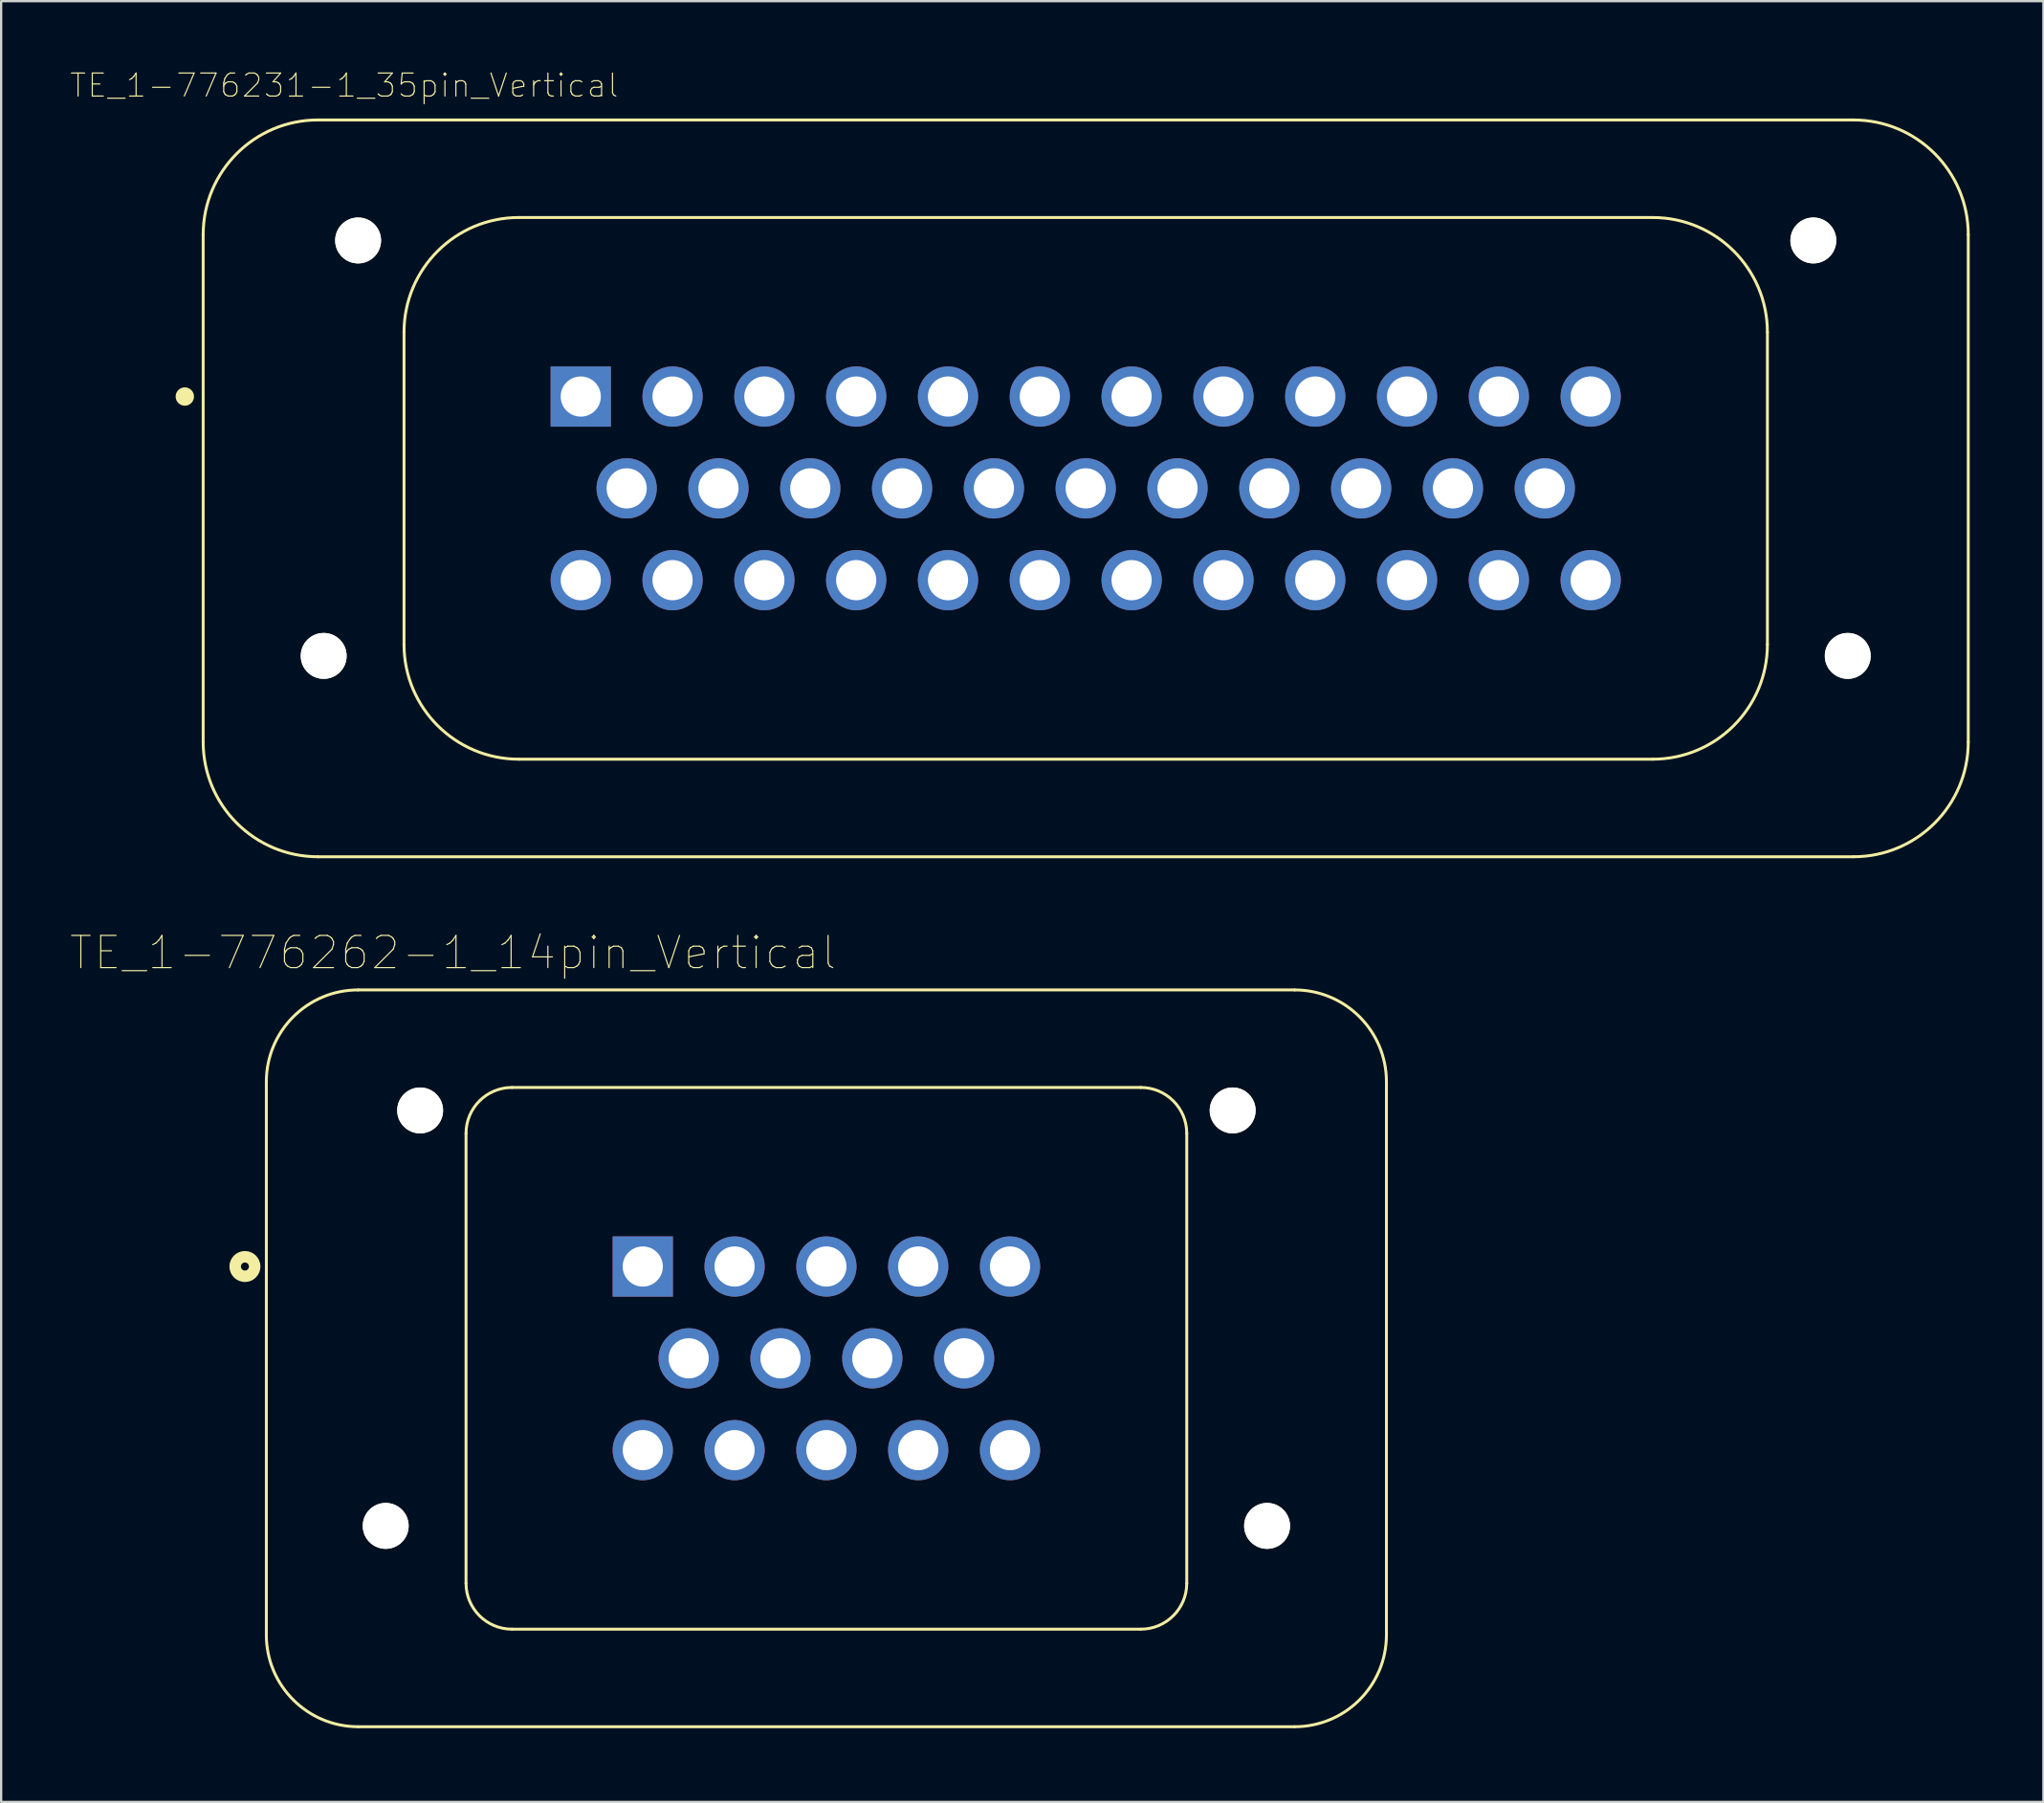
<source format=kicad_pcb>
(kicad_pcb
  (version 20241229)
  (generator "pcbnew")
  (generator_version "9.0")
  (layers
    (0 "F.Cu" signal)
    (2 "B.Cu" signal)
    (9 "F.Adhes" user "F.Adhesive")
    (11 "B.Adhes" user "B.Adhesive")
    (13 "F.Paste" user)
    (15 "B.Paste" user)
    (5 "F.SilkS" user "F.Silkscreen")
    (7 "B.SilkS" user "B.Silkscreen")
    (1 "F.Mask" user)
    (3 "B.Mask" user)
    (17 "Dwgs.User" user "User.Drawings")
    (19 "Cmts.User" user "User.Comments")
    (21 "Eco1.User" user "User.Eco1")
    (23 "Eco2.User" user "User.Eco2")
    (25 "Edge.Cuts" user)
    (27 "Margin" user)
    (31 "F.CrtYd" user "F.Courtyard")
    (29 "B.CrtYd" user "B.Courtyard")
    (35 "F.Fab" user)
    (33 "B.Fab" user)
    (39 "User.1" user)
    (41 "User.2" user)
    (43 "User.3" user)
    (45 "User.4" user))
  (footprint "TE_1-776262-1_14pin_Vertical"
    (layer "F.Cu")
    (at 32.954 56.128)
    (property "Reference" "TE_1-776262-1_14pin_Vertical" (at -16.271 -17.669 0) (layer "F.SilkS") (effects (font (size 1.401 1.401) (thickness 0.05))))
    (attr through_hole)
    (fp_line (start -24.4 12.05) (end -24.4 -12.05) (stroke (width 0.127) (type solid)) (layer "F.SilkS"))
    (fp_line (start -20.4 -16.05) (end 20.4 -16.05) (stroke (width 0.127) (type solid)) (layer "F.SilkS"))
    (fp_line (start -15.7 9.8) (end -15.7 -9.8) (stroke (width 0.127) (type solid)) (layer "F.SilkS"))
    (fp_line (start -13.7 -11.8) (end 13.7 -11.8) (stroke (width 0.127) (type solid)) (layer "F.SilkS"))
    (fp_line (start 13.7 11.8) (end -13.7 11.8) (stroke (width 0.127) (type solid)) (layer "F.SilkS"))
    (fp_line (start 15.7 -9.8) (end 15.7 9.8) (stroke (width 0.127) (type solid)) (layer "F.SilkS"))
    (fp_line (start 20.4 16.05) (end -20.4 16.05) (stroke (width 0.127) (type solid)) (layer "F.SilkS"))
    (fp_line (start 24.4 -12.05) (end 24.4 12.05) (stroke (width 0.127) (type solid)) (layer "F.SilkS"))
    (fp_arc (start -24.4 -12.05) (mid -23.228427 -14.878427) (end -20.4 -16.05) (stroke (width 0.127) (type solid)) (layer "F.SilkS"))
    (fp_arc (start -20.4 16.05) (mid -23.228427 14.878427) (end -24.4 12.05) (stroke (width 0.127) (type solid)) (layer "F.SilkS"))
    (fp_arc (start -15.7 -9.8) (mid -15.114214 -11.214214) (end -13.7 -11.8) (stroke (width 0.127) (type solid)) (layer "F.SilkS"))
    (fp_arc (start -13.7 11.8) (mid -15.114214 11.214214) (end -15.7 9.8) (stroke (width 0.127) (type solid)) (layer "F.SilkS"))
    (fp_arc (start 13.7 -11.8) (mid 15.114214 -11.214214) (end 15.7 -9.8) (stroke (width 0.127) (type solid)) (layer "F.SilkS"))
    (fp_arc (start 15.7 9.8) (mid 15.114214 11.214214) (end 13.7 11.8) (stroke (width 0.127) (type solid)) (layer "F.SilkS"))
    (fp_arc (start 20.4 -16.05) (mid 23.228427 -14.878427) (end 24.4 -12.05) (stroke (width 0.127) (type solid)) (layer "F.SilkS"))
    (fp_arc (start 24.4 12.05) (mid 23.228427 14.878427) (end 20.4 16.05) (stroke (width 0.127) (type solid)) (layer "F.SilkS"))
    (fp_circle (center -25.333 -4) (end -25.158 -4) (stroke (width 0.5) (type solid)) (fill no) (layer "F.SilkS"))
    (fp_line (start -24.65 12.3) (end -24.65 -12.3) (stroke (width 0.05) (type solid)) (layer "Eco1.User"))
    (fp_line (start -20.65 -16.3) (end 20.65 -16.3) (stroke (width 0.05) (type solid)) (layer "Eco1.User"))
    (fp_line (start 20.65 16.3) (end -20.65 16.3) (stroke (width 0.05) (type solid)) (layer "Eco1.User"))
    (fp_line (start 24.65 -12.3) (end 24.65 12.3) (stroke (width 0.05) (type solid)) (layer "Eco1.User"))
    (fp_arc (start -24.65 -12.3) (mid -23.478427 -15.128427) (end -20.65 -16.3) (stroke (width 0.05) (type solid)) (layer "Eco1.User"))
    (fp_arc (start -20.65 16.3) (mid -23.478427 15.128427) (end -24.65 12.3) (stroke (width 0.05) (type solid)) (layer "Eco1.User"))
    (fp_arc (start 20.65 -16.3) (mid 23.478427 -15.128427) (end 24.65 -12.3) (stroke (width 0.05) (type solid)) (layer "Eco1.User"))
    (fp_arc (start 24.65 12.3) (mid 23.478427 15.128427) (end 20.65 16.3) (stroke (width 0.05) (type solid)) (layer "Eco1.User"))
    (fp_line (start -24.4 12.05) (end -24.4 -12.05) (stroke (width 0.127) (type solid)) (layer "Eco2.User"))
    (fp_line (start -20.4 -16.05) (end 20.4 -16.05) (stroke (width 0.127) (type solid)) (layer "Eco2.User"))
    (fp_line (start -15.7 9.8) (end -15.7 -9.8) (stroke (width 0.127) (type solid)) (layer "Eco2.User"))
    (fp_line (start -13.7 -11.8) (end 13.7 -11.8) (stroke (width 0.127) (type solid)) (layer "Eco2.User"))
    (fp_line (start 13.7 11.8) (end -13.7 11.8) (stroke (width 0.127) (type solid)) (layer "Eco2.User"))
    (fp_line (start 15.7 -9.8) (end 15.7 9.8) (stroke (width 0.127) (type solid)) (layer "Eco2.User"))
    (fp_line (start 20.4 16.05) (end -20.4 16.05) (stroke (width 0.127) (type solid)) (layer "Eco2.User"))
    (fp_line (start 24.4 -12.05) (end 24.4 12.05) (stroke (width 0.127) (type solid)) (layer "Eco2.User"))
    (fp_arc (start -24.4 -12.05) (mid -23.228427 -14.878427) (end -20.4 -16.05) (stroke (width 0.127) (type solid)) (layer "Eco2.User"))
    (fp_arc (start -20.4 16.05) (mid -23.228427 14.878427) (end -24.4 12.05) (stroke (width 0.127) (type solid)) (layer "Eco2.User"))
    (fp_arc (start -15.7 -9.8) (mid -15.114214 -11.214214) (end -13.7 -11.8) (stroke (width 0.127) (type solid)) (layer "Eco2.User"))
    (fp_arc (start -13.7 11.8) (mid -15.114214 11.214214) (end -15.7 9.8) (stroke (width 0.127) (type solid)) (layer "Eco2.User"))
    (fp_arc (start 13.7 -11.8) (mid 15.114214 -11.214214) (end 15.7 -9.8) (stroke (width 0.127) (type solid)) (layer "Eco2.User"))
    (fp_arc (start 15.7 9.8) (mid 15.114214 11.214214) (end 13.7 11.8) (stroke (width 0.127) (type solid)) (layer "Eco2.User"))
    (fp_arc (start 20.4 -16.05) (mid 23.228427 -14.878427) (end 24.4 -12.05) (stroke (width 0.127) (type solid)) (layer "Eco2.User"))
    (fp_arc (start 24.4 12.05) (mid 23.228427 14.878427) (end 20.4 16.05) (stroke (width 0.127) (type solid)) (layer "Eco2.User"))
    (pad "" np_thru_hole circle (at -19.2 7.3) (size 2 2) (drill 2) (layers "*.Cu" "*.Mask" "F.SilkS"))
    (pad "" np_thru_hole circle (at -17.7 -10.8) (size 2 2) (drill 2) (layers "*.Cu" "*.Mask" "F.SilkS"))
    (pad "" np_thru_hole circle (at 17.7 -10.8) (size 2 2) (drill 2) (layers "*.Cu" "*.Mask" "F.SilkS"))
    (pad "" np_thru_hole circle (at 19.2 7.3) (size 2 2) (drill 2) (layers "*.Cu" "*.Mask" "F.SilkS"))
    (pad "1" thru_hole rect (at -8 -4) (size 2.625 2.625) (drill 1.75) (layers "*.Cu" "*.Mask"))
    (pad "2" thru_hole circle (at -4 -4) (size 2.625 2.625) (drill 1.75) (layers "*.Cu" "*.Mask"))
    (pad "3" thru_hole circle (at 0 -4) (size 2.625 2.625) (drill 1.75) (layers "*.Cu" "*.Mask"))
    (pad "4" thru_hole circle (at 4 -4) (size 2.625 2.625) (drill 1.75) (layers "*.Cu" "*.Mask"))
    (pad "5" thru_hole circle (at 8 -4) (size 2.625 2.625) (drill 1.75) (layers "*.Cu" "*.Mask"))
    (pad "6" thru_hole circle (at -6 0) (size 2.625 2.625) (drill 1.75) (layers "*.Cu" "*.Mask"))
    (pad "7" thru_hole circle (at -2 0) (size 2.625 2.625) (drill 1.75) (layers "*.Cu" "*.Mask"))
    (pad "8" thru_hole circle (at 2 0) (size 2.625 2.625) (drill 1.75) (layers "*.Cu" "*.Mask"))
    (pad "9" thru_hole circle (at 6 0) (size 2.625 2.625) (drill 1.75) (layers "*.Cu" "*.Mask"))
    (pad "10" thru_hole circle (at -8 4) (size 2.625 2.625) (drill 1.75) (layers "*.Cu" "*.Mask"))
    (pad "11" thru_hole circle (at -4 4) (size 2.625 2.625) (drill 1.75) (layers "*.Cu" "*.Mask"))
    (pad "12" thru_hole circle (at 0 4) (size 2.625 2.625) (drill 1.75) (layers "*.Cu" "*.Mask"))
    (pad "13" thru_hole circle (at 4 4) (size 2.625 2.625) (drill 1.75) (layers "*.Cu" "*.Mask"))
    (pad "14" thru_hole circle (at 8 4) (size 2.625 2.625) (drill 1.75) (layers "*.Cu" "*.Mask")))
  (footprint "TE_1-776231-1_35pin_Vertical"
    (layer "F.Cu")
    (at 44.252 18.226)
    (property "Reference" "TE_1-776231-1_35pin_Vertical" (at -32.307 -17.553 0) (layer "F.SilkS") (effects (font (size 1.002 1.002) (thickness 0.05))))
    (attr through_hole)
    (fp_line (start -38.45 -11.05) (end -38.45 11.05) (stroke (width 0.127) (type solid)) (layer "F.SilkS"))
    (fp_line (start -33.45 16.05) (end 33.45 16.05) (stroke (width 0.127) (type solid)) (layer "F.SilkS"))
    (fp_line (start -29.7 -6.8) (end -29.7 6.8) (stroke (width 0.127) (type solid)) (layer "F.SilkS"))
    (fp_line (start -24.7 11.8) (end 24.7 11.8) (stroke (width 0.127) (type solid)) (layer "F.SilkS"))
    (fp_line (start 24.7 -11.8) (end -24.7 -11.8) (stroke (width 0.127) (type solid)) (layer "F.SilkS"))
    (fp_line (start 29.7 6.8) (end 29.7 -6.8) (stroke (width 0.127) (type solid)) (layer "F.SilkS"))
    (fp_line (start 33.45 -16.05) (end -33.45 -16.05) (stroke (width 0.127) (type solid)) (layer "F.SilkS"))
    (fp_line (start 38.45 11.05) (end 38.45 -11.05) (stroke (width 0.127) (type solid)) (layer "F.SilkS"))
    (fp_arc (start -38.45 -11.05) (mid -36.985534 -14.585534) (end -33.45 -16.05) (stroke (width 0.127) (type solid)) (layer "F.SilkS"))
    (fp_arc (start -33.45 16.05) (mid -36.985534 14.585534) (end -38.45 11.05) (stroke (width 0.127) (type solid)) (layer "F.SilkS"))
    (fp_arc (start -29.7 -6.8) (mid -28.235534 -10.335534) (end -24.7 -11.8) (stroke (width 0.127) (type solid)) (layer "F.SilkS"))
    (fp_arc (start -24.7 11.8) (mid -28.235534 10.335534) (end -29.7 6.8) (stroke (width 0.127) (type solid)) (layer "F.SilkS"))
    (fp_arc (start 24.7 -11.8) (mid 28.235534 -10.335534) (end 29.7 -6.8) (stroke (width 0.127) (type solid)) (layer "F.SilkS"))
    (fp_arc (start 29.7 6.8) (mid 28.235534 10.335534) (end 24.7 11.8) (stroke (width 0.127) (type solid)) (layer "F.SilkS"))
    (fp_arc (start 33.45 -16.05) (mid 36.985534 -14.585534) (end 38.45 -11.05) (stroke (width 0.127) (type solid)) (layer "F.SilkS"))
    (fp_arc (start 38.45 11.05) (mid 36.985534 14.585534) (end 33.45 16.05) (stroke (width 0.127) (type solid)) (layer "F.SilkS"))
    (fp_circle (center -39.25 -4) (end -39.05 -4) (stroke (width 0.4) (type solid)) (fill no) (layer "F.SilkS"))
    (fp_line (start -38.7 11.3) (end -38.7 -11.3) (stroke (width 0.05) (type solid)) (layer "Eco1.User"))
    (fp_line (start -33.7 -16.3) (end 33.7 -16.3) (stroke (width 0.05) (type solid)) (layer "Eco1.User"))
    (fp_line (start 33.7 16.3) (end -33.7 16.3) (stroke (width 0.05) (type solid)) (layer "Eco1.User"))
    (fp_line (start 38.7 -11.3) (end 38.7 11.3) (stroke (width 0.05) (type solid)) (layer "Eco1.User"))
    (fp_arc (start -38.7 -11.3) (mid -37.235534 -14.835534) (end -33.7 -16.3) (stroke (width 0.05) (type solid)) (layer "Eco1.User"))
    (fp_arc (start -33.7 16.3) (mid -37.235534 14.835534) (end -38.7 11.3) (stroke (width 0.05) (type solid)) (layer "Eco1.User"))
    (fp_arc (start 33.7 -16.3) (mid 37.235534 -14.835534) (end 38.7 -11.3) (stroke (width 0.05) (type solid)) (layer "Eco1.User"))
    (fp_arc (start 38.7 11.3) (mid 37.235534 14.835534) (end 33.7 16.3) (stroke (width 0.05) (type solid)) (layer "Eco1.User"))
    (fp_line (start -38.45 -11.05) (end -38.45 11.05) (stroke (width 0.127) (type solid)) (layer "Eco2.User"))
    (fp_line (start -33.45 16.05) (end 33.45 16.05) (stroke (width 0.127) (type solid)) (layer "Eco2.User"))
    (fp_line (start -29.7 -6.8) (end -29.7 6.8) (stroke (width 0.127) (type solid)) (layer "Eco2.User"))
    (fp_line (start -24.7 11.8) (end 24.7 11.8) (stroke (width 0.127) (type solid)) (layer "Eco2.User"))
    (fp_line (start 24.7 -11.8) (end -24.7 -11.8) (stroke (width 0.127) (type solid)) (layer "Eco2.User"))
    (fp_line (start 29.7 6.8) (end 29.7 -6.8) (stroke (width 0.127) (type solid)) (layer "Eco2.User"))
    (fp_line (start 33.45 -16.05) (end -33.45 -16.05) (stroke (width 0.127) (type solid)) (layer "Eco2.User"))
    (fp_line (start 38.45 11.05) (end 38.45 -11.05) (stroke (width 0.127) (type solid)) (layer "Eco2.User"))
    (fp_arc (start -38.45 -11.05) (mid -36.985534 -14.585534) (end -33.45 -16.05) (stroke (width 0.127) (type solid)) (layer "Eco2.User"))
    (fp_arc (start -33.45 16.05) (mid -36.985534 14.585534) (end -38.45 11.05) (stroke (width 0.127) (type solid)) (layer "Eco2.User"))
    (fp_arc (start -29.7 -6.8) (mid -28.235534 -10.335534) (end -24.7 -11.8) (stroke (width 0.127) (type solid)) (layer "Eco2.User"))
    (fp_arc (start -24.7 11.8) (mid -28.235534 10.335534) (end -29.7 6.8) (stroke (width 0.127) (type solid)) (layer "Eco2.User"))
    (fp_arc (start 24.7 -11.8) (mid 28.235534 -10.335534) (end 29.7 -6.8) (stroke (width 0.127) (type solid)) (layer "Eco2.User"))
    (fp_arc (start 29.7 6.8) (mid 28.235534 10.335534) (end 24.7 11.8) (stroke (width 0.127) (type solid)) (layer "Eco2.User"))
    (fp_arc (start 33.45 -16.05) (mid 36.985534 -14.585534) (end 38.45 -11.05) (stroke (width 0.127) (type solid)) (layer "Eco2.User"))
    (fp_arc (start 38.45 11.05) (mid 36.985534 14.585534) (end 33.45 16.05) (stroke (width 0.127) (type solid)) (layer "Eco2.User"))
    (fp_circle (center -22 -4) (end -21.8 -4) (stroke (width 0.4) (type solid)) (fill no) (layer "Eco2.User"))
    (pad "" np_thru_hole circle (at -33.2 7.3) (size 2 2) (drill 2) (layers "*.Cu" "*.Mask" "F.SilkS"))
    (pad "" np_thru_hole circle (at -31.7 -10.8) (size 2 2) (drill 2) (layers "*.Cu" "*.Mask" "F.SilkS"))
    (pad "" np_thru_hole circle (at 31.7 -10.8) (size 2 2) (drill 2) (layers "*.Cu" "*.Mask" "F.SilkS"))
    (pad "" np_thru_hole circle (at 33.2 7.3) (size 2 2) (drill 2) (layers "*.Cu" "*.Mask" "F.SilkS"))
    (pad "1" thru_hole rect (at -22 -4) (size 2.625 2.625) (drill 1.75) (layers "*.Cu" "*.Mask"))
    (pad "2" thru_hole circle (at -18 -4) (size 2.625 2.625) (drill 1.75) (layers "*.Cu" "*.Mask"))
    (pad "3" thru_hole circle (at -14 -4) (size 2.625 2.625) (drill 1.75) (layers "*.Cu" "*.Mask"))
    (pad "4" thru_hole circle (at -10 -4) (size 2.625 2.625) (drill 1.75) (layers "*.Cu" "*.Mask"))
    (pad "5" thru_hole circle (at -6 -4) (size 2.625 2.625) (drill 1.75) (layers "*.Cu" "*.Mask"))
    (pad "6" thru_hole circle (at -2 -4) (size 2.625 2.625) (drill 1.75) (layers "*.Cu" "*.Mask"))
    (pad "7" thru_hole circle (at 2 -4) (size 2.625 2.625) (drill 1.75) (layers "*.Cu" "*.Mask"))
    (pad "8" thru_hole circle (at 6 -4) (size 2.625 2.625) (drill 1.75) (layers "*.Cu" "*.Mask"))
    (pad "9" thru_hole circle (at 10 -4) (size 2.625 2.625) (drill 1.75) (layers "*.Cu" "*.Mask"))
    (pad "10" thru_hole circle (at 14 -4) (size 2.625 2.625) (drill 1.75) (layers "*.Cu" "*.Mask"))
    (pad "11" thru_hole circle (at 18 -4) (size 2.625 2.625) (drill 1.75) (layers "*.Cu" "*.Mask"))
    (pad "12" thru_hole circle (at 22 -4) (size 2.625 2.625) (drill 1.75) (layers "*.Cu" "*.Mask"))
    (pad "13" thru_hole circle (at -20 0) (size 2.625 2.625) (drill 1.75) (layers "*.Cu" "*.Mask"))
    (pad "14" thru_hole circle (at -16 0) (size 2.625 2.625) (drill 1.75) (layers "*.Cu" "*.Mask"))
    (pad "15" thru_hole circle (at -12 0) (size 2.625 2.625) (drill 1.75) (layers "*.Cu" "*.Mask"))
    (pad "16" thru_hole circle (at -8 0) (size 2.625 2.625) (drill 1.75) (layers "*.Cu" "*.Mask"))
    (pad "17" thru_hole circle (at -4 0) (size 2.625 2.625) (drill 1.75) (layers "*.Cu" "*.Mask"))
    (pad "18" thru_hole circle (at 0 0) (size 2.625 2.625) (drill 1.75) (layers "*.Cu" "*.Mask"))
    (pad "19" thru_hole circle (at 4 0) (size 2.625 2.625) (drill 1.75) (layers "*.Cu" "*.Mask"))
    (pad "20" thru_hole circle (at 8 0) (size 2.625 2.625) (drill 1.75) (layers "*.Cu" "*.Mask"))
    (pad "21" thru_hole circle (at 12 0) (size 2.625 2.625) (drill 1.75) (layers "*.Cu" "*.Mask"))
    (pad "22" thru_hole circle (at 16 0) (size 2.625 2.625) (drill 1.75) (layers "*.Cu" "*.Mask"))
    (pad "23" thru_hole circle (at 20 0) (size 2.625 2.625) (drill 1.75) (layers "*.Cu" "*.Mask"))
    (pad "24" thru_hole circle (at -22 4) (size 2.625 2.625) (drill 1.75) (layers "*.Cu" "*.Mask"))
    (pad "25" thru_hole circle (at -18 4) (size 2.625 2.625) (drill 1.75) (layers "*.Cu" "*.Mask"))
    (pad "26" thru_hole circle (at -14 4) (size 2.625 2.625) (drill 1.75) (layers "*.Cu" "*.Mask"))
    (pad "27" thru_hole circle (at -10 4) (size 2.625 2.625) (drill 1.75) (layers "*.Cu" "*.Mask"))
    (pad "28" thru_hole circle (at -6 4) (size 2.625 2.625) (drill 1.75) (layers "*.Cu" "*.Mask"))
    (pad "29" thru_hole circle (at -2 4) (size 2.625 2.625) (drill 1.75) (layers "*.Cu" "*.Mask"))
    (pad "30" thru_hole circle (at 2 4) (size 2.625 2.625) (drill 1.75) (layers "*.Cu" "*.Mask"))
    (pad "31" thru_hole circle (at 6 4) (size 2.625 2.625) (drill 1.75) (layers "*.Cu" "*.Mask"))
    (pad "32" thru_hole circle (at 10 4) (size 2.625 2.625) (drill 1.75) (layers "*.Cu" "*.Mask"))
    (pad "33" thru_hole circle (at 14 4) (size 2.625 2.625) (drill 1.75) (layers "*.Cu" "*.Mask"))
    (pad "34" thru_hole circle (at 18 4) (size 2.625 2.625) (drill 1.75) (layers "*.Cu" "*.Mask"))
    (pad "35" thru_hole circle (at 22 4) (size 2.625 2.625) (drill 1.75) (layers "*.Cu" "*.Mask")))
  (gr_rect
    (start -3 -3)
    (end 85.977 75.453)
    (stroke (width 0.1) (type default))
    (fill no)
    (layer "Edge.Cuts")))
</source>
